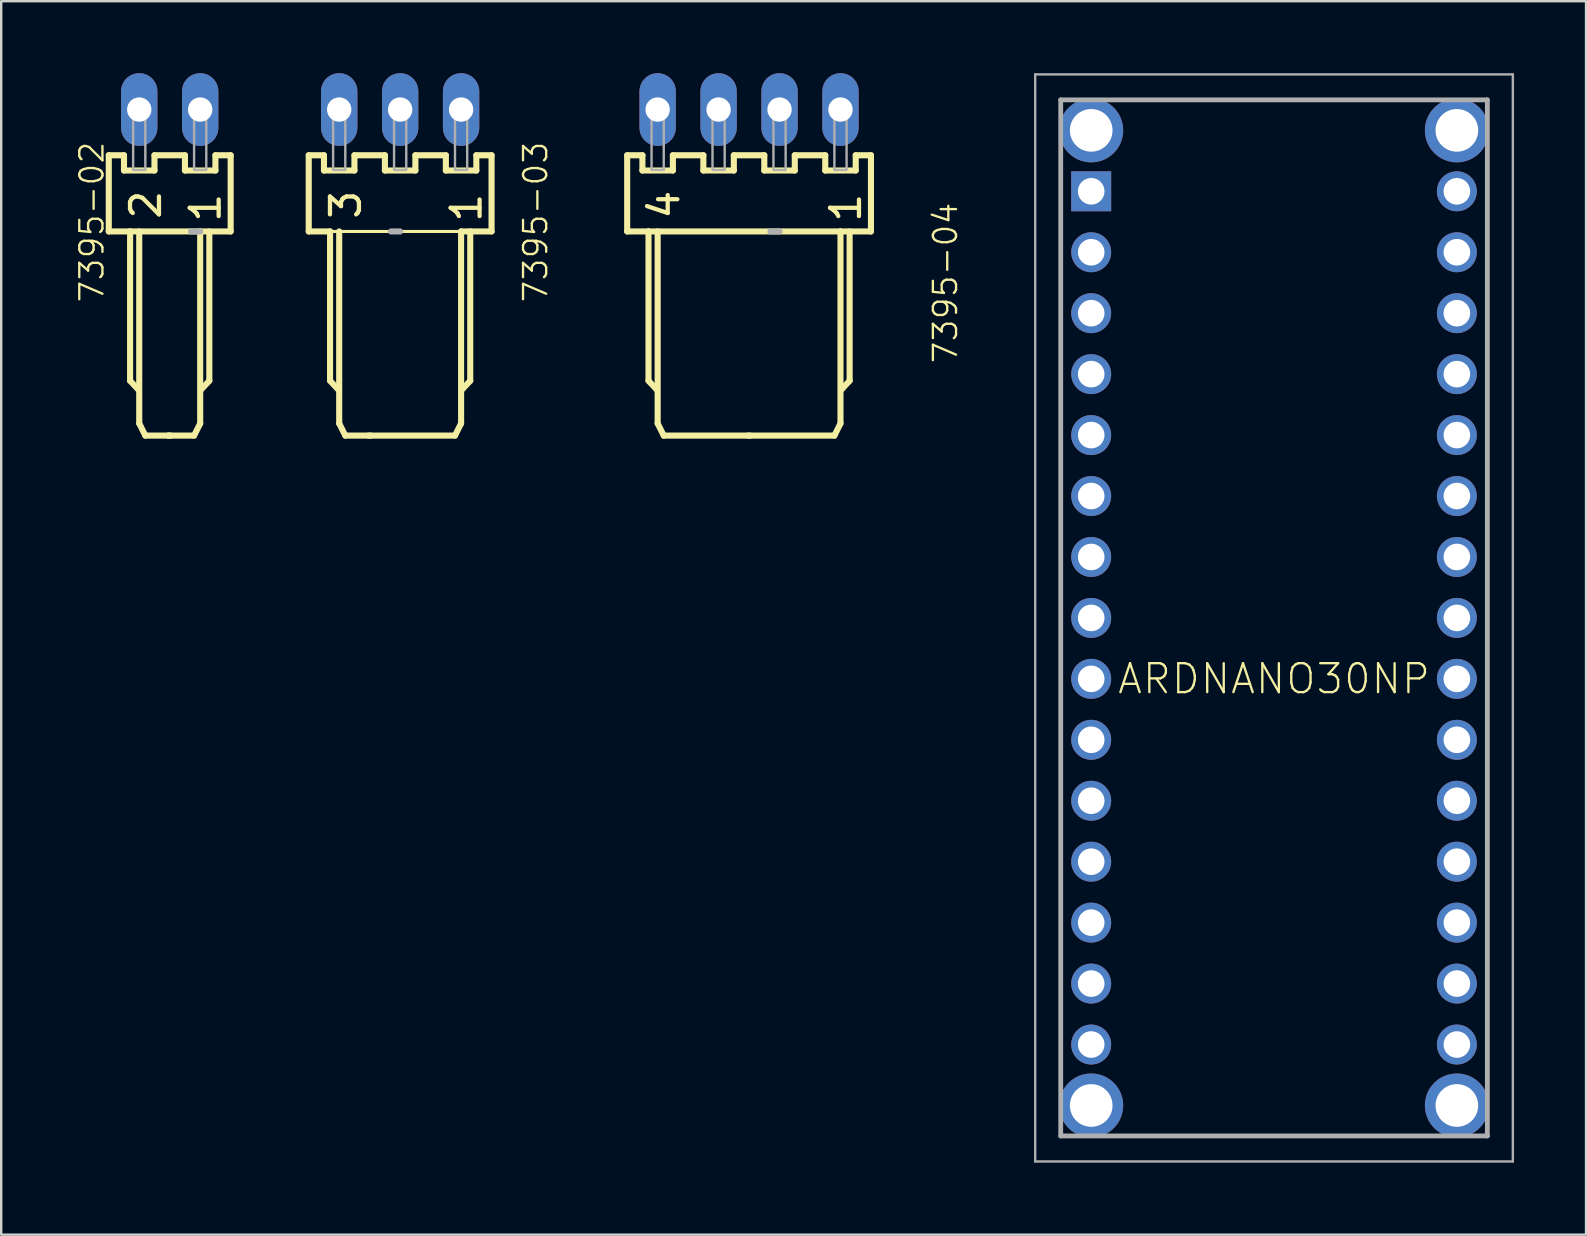
<source format=kicad_pcb>
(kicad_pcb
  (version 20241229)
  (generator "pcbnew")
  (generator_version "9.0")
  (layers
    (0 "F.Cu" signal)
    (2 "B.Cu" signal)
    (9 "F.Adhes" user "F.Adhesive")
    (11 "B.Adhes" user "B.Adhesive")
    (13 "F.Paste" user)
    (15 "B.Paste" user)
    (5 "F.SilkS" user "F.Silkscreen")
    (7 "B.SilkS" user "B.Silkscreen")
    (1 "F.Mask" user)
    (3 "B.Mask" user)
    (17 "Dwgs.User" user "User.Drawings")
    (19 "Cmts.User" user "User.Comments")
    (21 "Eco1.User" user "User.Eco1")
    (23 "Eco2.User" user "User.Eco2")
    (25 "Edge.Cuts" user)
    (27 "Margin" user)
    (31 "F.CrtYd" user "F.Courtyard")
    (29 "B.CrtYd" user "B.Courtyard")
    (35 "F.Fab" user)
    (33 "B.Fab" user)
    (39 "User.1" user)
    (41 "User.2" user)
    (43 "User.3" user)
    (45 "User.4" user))
  (footprint "7395-02"
    (layer "F.Cu")
    (at 4.023 1.516)
    (property "Reference" "7395-02" (at -3.81 1.27 270) (layer "F.SilkS") (effects (font (size 0.965 0.965) (thickness 0.097)) (justify right top)))
    (attr through_hole)
    (fp_line (start -2.54 1.905) (end -2.54 5.08) (stroke (width 0.254) (type solid)) (layer "F.SilkS"))
    (fp_line (start -2.54 5.08) (end -1.651 5.08) (stroke (width 0.254) (type solid)) (layer "F.SilkS"))
    (fp_line (start -1.905 1.905) (end -2.54 1.905) (stroke (width 0.254) (type solid)) (layer "F.SilkS"))
    (fp_line (start -1.905 2.54) (end -1.905 1.905) (stroke (width 0.254) (type solid)) (layer "F.SilkS"))
    (fp_line (start -1.651 5.08) (end -1.651 11.303) (stroke (width 0.254) (type solid)) (layer "F.SilkS"))
    (fp_line (start -1.651 5.08) (end 1.27 5.08) (stroke (width 0.254) (type solid)) (layer "F.SilkS"))
    (fp_line (start -1.651 11.303) (end -1.321 11.659) (stroke (width 0.254) (type solid)) (layer "F.SilkS"))
    (fp_line (start -1.27 5.08) (end -1.27 13.081) (stroke (width 0.254) (type solid)) (layer "F.SilkS"))
    (fp_line (start -1.27 13.081) (end -1.016 13.589) (stroke (width 0.254) (type solid)) (layer "F.SilkS"))
    (fp_line (start -1.016 13.589) (end -0.051 13.589) (stroke (width 0.254) (type solid)) (layer "F.SilkS"))
    (fp_line (start -0.635 1.905) (end -0.635 2.54) (stroke (width 0.254) (type solid)) (layer "F.SilkS"))
    (fp_line (start -0.635 2.54) (end -1.905 2.54) (stroke (width 0.254) (type solid)) (layer "F.SilkS"))
    (fp_line (start -0.051 13.589) (end 0.051 13.589) (stroke (width 0.254) (type solid)) (layer "F.SilkS"))
    (fp_line (start 0.635 1.905) (end -0.635 1.905) (stroke (width 0.254) (type solid)) (layer "F.SilkS"))
    (fp_line (start 0.635 2.54) (end 0.635 1.905) (stroke (width 0.254) (type solid)) (layer "F.SilkS"))
    (fp_line (start 1.016 13.589) (end -0.051 13.589) (stroke (width 0.254) (type solid)) (layer "F.SilkS"))
    (fp_line (start 1.27 5.08) (end 1.27 13.081) (stroke (width 0.254) (type solid)) (layer "F.SilkS"))
    (fp_line (start 1.27 5.08) (end 2.54 5.08) (stroke (width 0.254) (type solid)) (layer "F.SilkS"))
    (fp_line (start 1.27 13.081) (end 1.016 13.589) (stroke (width 0.254) (type solid)) (layer "F.SilkS"))
    (fp_line (start 1.651 5.08) (end 1.651 11.303) (stroke (width 0.254) (type solid)) (layer "F.SilkS"))
    (fp_line (start 1.651 11.303) (end 1.321 11.659) (stroke (width 0.254) (type solid)) (layer "F.SilkS"))
    (fp_line (start 1.905 1.905) (end 1.905 2.54) (stroke (width 0.254) (type solid)) (layer "F.SilkS"))
    (fp_line (start 1.905 2.54) (end 0.635 2.54) (stroke (width 0.254) (type solid)) (layer "F.SilkS"))
    (fp_line (start 2.54 1.905) (end 1.905 1.905) (stroke (width 0.254) (type solid)) (layer "F.SilkS"))
    (fp_line (start 2.54 5.08) (end 2.54 1.905) (stroke (width 0.254) (type solid)) (layer "F.SilkS"))
    (fp_line (start 1.27 5.08) (end 0.889 5.08) (stroke (width 0.254) (type solid)) (layer "F.Fab"))
    (fp_poly (pts (xy -1.524 0.254) (xy -1.016 0.254) (xy -1.016 -0.254) (xy -1.524 -0.254)) (stroke (width 0.1) (type solid)) (fill no) (layer "F.Fab"))
    (fp_poly (pts (xy -1.524 2.515) (xy -1.016 2.515) (xy -1.016 0.279) (xy -1.524 0.279)) (stroke (width 0.1) (type solid)) (fill no) (layer "F.Fab"))
    (fp_poly (pts (xy 1.016 0.254) (xy 1.524 0.254) (xy 1.524 -0.254) (xy 1.016 -0.254)) (stroke (width 0.1) (type solid)) (fill no) (layer "F.Fab"))
    (fp_poly (pts (xy 1.016 2.515) (xy 1.524 2.515) (xy 1.524 0.279) (xy 1.016 0.279)) (stroke (width 0.1) (type solid)) (fill no) (layer "F.Fab"))
    (fp_text user "1" (at 0.786 3.402 90) (layer "F.SilkS") (effects (font (size 1.206 1.206) (thickness 0.178)) (justify right top)))
    (fp_text user "2" (at -1.703 3.275 90) (layer "F.SilkS") (effects (font (size 1.206 1.206) (thickness 0.178)) (justify right top)))
    (pad "1" thru_hole oval (at 1.27 0 90) (size 3.032 1.516) (drill 1.016) (layers "*.Cu" "*.Mask"))
    (pad "2" thru_hole oval (at -1.27 0 90) (size 3.032 1.516) (drill 1.016) (layers "*.Cu" "*.Mask")))
  (footprint "7395-04"
    (layer "F.Cu")
    (at 28.169 1.516)
    (property "Reference" "7395-04" (at 7.62 3.81 90) (layer "F.SilkS") (effects (font (size 0.965 0.965) (thickness 0.097)) (justify right top)))
    (attr through_hole)
    (fp_line (start -5.08 1.905) (end -5.08 5.08) (stroke (width 0.254) (type solid)) (layer "F.SilkS"))
    (fp_line (start -5.08 5.08) (end -4.191 5.08) (stroke (width 0.254) (type solid)) (layer "F.SilkS"))
    (fp_line (start -4.445 1.905) (end -5.08 1.905) (stroke (width 0.254) (type solid)) (layer "F.SilkS"))
    (fp_line (start -4.445 2.54) (end -4.445 1.905) (stroke (width 0.254) (type solid)) (layer "F.SilkS"))
    (fp_line (start -4.191 5.08) (end -4.191 11.303) (stroke (width 0.254) (type solid)) (layer "F.SilkS"))
    (fp_line (start -4.191 5.08) (end 3.81 5.08) (stroke (width 0.254) (type solid)) (layer "F.SilkS"))
    (fp_line (start -4.191 11.303) (end -3.861 11.659) (stroke (width 0.254) (type solid)) (layer "F.SilkS"))
    (fp_line (start -3.81 5.08) (end -3.81 13.081) (stroke (width 0.254) (type solid)) (layer "F.SilkS"))
    (fp_line (start -3.81 13.081) (end -3.556 13.589) (stroke (width 0.254) (type solid)) (layer "F.SilkS"))
    (fp_line (start -3.556 13.589) (end 0.051 13.589) (stroke (width 0.254) (type solid)) (layer "F.SilkS"))
    (fp_line (start -3.175 1.905) (end -3.175 2.54) (stroke (width 0.254) (type solid)) (layer "F.SilkS"))
    (fp_line (start -3.175 2.54) (end -4.445 2.54) (stroke (width 0.254) (type solid)) (layer "F.SilkS"))
    (fp_line (start -1.905 1.905) (end -3.175 1.905) (stroke (width 0.254) (type solid)) (layer "F.SilkS"))
    (fp_line (start -1.905 2.54) (end -1.905 1.905) (stroke (width 0.254) (type solid)) (layer "F.SilkS"))
    (fp_line (start -0.635 1.905) (end -0.635 2.54) (stroke (width 0.254) (type solid)) (layer "F.SilkS"))
    (fp_line (start -0.635 2.54) (end -1.905 2.54) (stroke (width 0.254) (type solid)) (layer "F.SilkS"))
    (fp_line (start 0.635 1.905) (end -0.635 1.905) (stroke (width 0.254) (type solid)) (layer "F.SilkS"))
    (fp_line (start 0.635 2.54) (end 0.635 1.905) (stroke (width 0.254) (type solid)) (layer "F.SilkS"))
    (fp_line (start 1.905 1.905) (end 1.905 2.54) (stroke (width 0.254) (type solid)) (layer "F.SilkS"))
    (fp_line (start 1.905 2.54) (end 0.635 2.54) (stroke (width 0.254) (type solid)) (layer "F.SilkS"))
    (fp_line (start 3.175 1.905) (end 1.905 1.905) (stroke (width 0.254) (type solid)) (layer "F.SilkS"))
    (fp_line (start 3.175 2.54) (end 3.175 1.905) (stroke (width 0.254) (type solid)) (layer "F.SilkS"))
    (fp_line (start 3.556 13.589) (end -0.051 13.589) (stroke (width 0.254) (type solid)) (layer "F.SilkS"))
    (fp_line (start 3.81 5.08) (end 3.81 13.081) (stroke (width 0.254) (type solid)) (layer "F.SilkS"))
    (fp_line (start 3.81 5.08) (end 5.08 5.08) (stroke (width 0.254) (type solid)) (layer "F.SilkS"))
    (fp_line (start 3.81 13.081) (end 3.556 13.589) (stroke (width 0.254) (type solid)) (layer "F.SilkS"))
    (fp_line (start 4.191 5.08) (end 4.191 11.303) (stroke (width 0.254) (type solid)) (layer "F.SilkS"))
    (fp_line (start 4.191 11.303) (end 3.861 11.659) (stroke (width 0.254) (type solid)) (layer "F.SilkS"))
    (fp_line (start 4.445 1.905) (end 4.445 2.54) (stroke (width 0.254) (type solid)) (layer "F.SilkS"))
    (fp_line (start 4.445 2.54) (end 3.175 2.54) (stroke (width 0.254) (type solid)) (layer "F.SilkS"))
    (fp_line (start 5.08 1.905) (end 4.445 1.905) (stroke (width 0.254) (type solid)) (layer "F.SilkS"))
    (fp_line (start 5.08 5.08) (end 5.08 1.905) (stroke (width 0.254) (type solid)) (layer "F.SilkS"))
    (fp_line (start 1.27 5.08) (end 0.889 5.08) (stroke (width 0.254) (type solid)) (layer "F.Fab"))
    (fp_poly (pts (xy -4.064 0.254) (xy -3.556 0.254) (xy -3.556 -0.254) (xy -4.064 -0.254)) (stroke (width 0.1) (type solid)) (fill no) (layer "F.Fab"))
    (fp_poly (pts (xy -4.064 2.515) (xy -3.556 2.515) (xy -3.556 0.279) (xy -4.064 0.279)) (stroke (width 0.1) (type solid)) (fill no) (layer "F.Fab"))
    (fp_poly (pts (xy -1.524 0.254) (xy -1.016 0.254) (xy -1.016 -0.254) (xy -1.524 -0.254)) (stroke (width 0.1) (type solid)) (fill no) (layer "F.Fab"))
    (fp_poly (pts (xy -1.524 2.515) (xy -1.016 2.515) (xy -1.016 0.279) (xy -1.524 0.279)) (stroke (width 0.1) (type solid)) (fill no) (layer "F.Fab"))
    (fp_poly (pts (xy 1.016 0.254) (xy 1.524 0.254) (xy 1.524 -0.254) (xy 1.016 -0.254)) (stroke (width 0.1) (type solid)) (fill no) (layer "F.Fab"))
    (fp_poly (pts (xy 1.016 2.515) (xy 1.524 2.515) (xy 1.524 0.279) (xy 1.016 0.279)) (stroke (width 0.1) (type solid)) (fill no) (layer "F.Fab"))
    (fp_poly (pts (xy 3.556 0.254) (xy 4.064 0.254) (xy 4.064 -0.254) (xy 3.556 -0.254)) (stroke (width 0.1) (type solid)) (fill no) (layer "F.Fab"))
    (fp_poly (pts (xy 3.556 2.515) (xy 4.064 2.515) (xy 4.064 0.279) (xy 3.556 0.279)) (stroke (width 0.1) (type solid)) (fill no) (layer "F.Fab"))
    (fp_text user "1" (at 3.326 3.402 90) (layer "F.SilkS") (effects (font (size 1.206 1.206) (thickness 0.178)) (justify right top)))
    (fp_text user "4" (at -4.243 3.275 90) (layer "F.SilkS") (effects (font (size 1.206 1.206) (thickness 0.178)) (justify right top)))
    (pad "1" thru_hole oval (at 3.81 0 90) (size 3.032 1.516) (drill 1.016) (layers "*.Cu" "*.Mask"))
    (pad "2" thru_hole oval (at 1.27 0 90) (size 3.032 1.516) (drill 1.016) (layers "*.Cu" "*.Mask"))
    (pad "3" thru_hole oval (at -1.27 0 90) (size 3.032 1.516) (drill 1.016) (layers "*.Cu" "*.Mask"))
    (pad "4" thru_hole oval (at -3.81 0 90) (size 3.032 1.516) (drill 1.016) (layers "*.Cu" "*.Mask")))
  (footprint "ARDNANO30NP"
    (layer "F.Cu")
    (at 42.428 4.923)
    (property "Reference" "ARDNANO30NP" (at 7.62 20.32 0) (layer "F.SilkS") (effects (font (size 1.206 1.206) (thickness 0.097))))
    (attr through_hole)
    (fp_line (start -1.27 0) (end -1.27 35.56) (stroke (width 0.1) (type solid)) (layer "F.SilkS"))
    (fp_line (start 16.51 35.56) (end 16.51 0) (stroke (width 0.1) (type solid)) (layer "F.SilkS"))
    (fp_line (start -2.334 -4.873) (end 17.573 -4.873) (stroke (width 0.1) (type solid)) (layer "F.Fab"))
    (fp_line (start -2.334 40.434) (end -2.334 -4.873) (stroke (width 0.1) (type solid)) (layer "F.Fab"))
    (fp_line (start -1.27 -3.81) (end 16.51 -3.81) (stroke (width 0.2) (type solid)) (layer "F.Fab"))
    (fp_line (start -1.27 39.37) (end -1.27 -3.81) (stroke (width 0.2) (type solid)) (layer "F.Fab"))
    (fp_line (start 16.51 -3.81) (end 16.51 39.37) (stroke (width 0.2) (type solid)) (layer "F.Fab"))
    (fp_line (start 16.51 39.37) (end -1.27 39.37) (stroke (width 0.2) (type solid)) (layer "F.Fab"))
    (fp_line (start 17.573 -4.873) (end 17.573 40.434) (stroke (width 0.1) (type solid)) (layer "F.Fab"))
    (fp_line (start 17.573 40.434) (end -2.334 40.434) (stroke (width 0.1) (type solid)) (layer "F.Fab"))
    (pad "1" thru_hole rect (at 0 0) (size 1.665 1.665) (drill 1.11) (layers "*.Cu" "*.Mask"))
    (pad "2" thru_hole circle (at 0 2.54) (size 1.665 1.665) (drill 1.11) (layers "*.Cu" "*.Mask"))
    (pad "3" thru_hole circle (at 0 5.08) (size 1.665 1.665) (drill 1.11) (layers "*.Cu" "*.Mask"))
    (pad "4" thru_hole circle (at 0 7.62) (size 1.665 1.665) (drill 1.11) (layers "*.Cu" "*.Mask"))
    (pad "5" thru_hole circle (at 0 10.16) (size 1.665 1.665) (drill 1.11) (layers "*.Cu" "*.Mask"))
    (pad "6" thru_hole circle (at 0 12.7) (size 1.665 1.665) (drill 1.11) (layers "*.Cu" "*.Mask"))
    (pad "7" thru_hole circle (at 0 15.24) (size 1.665 1.665) (drill 1.11) (layers "*.Cu" "*.Mask"))
    (pad "8" thru_hole circle (at 0 17.78) (size 1.665 1.665) (drill 1.11) (layers "*.Cu" "*.Mask"))
    (pad "9" thru_hole circle (at 0 20.32) (size 1.665 1.665) (drill 1.11) (layers "*.Cu" "*.Mask"))
    (pad "10" thru_hole circle (at 0 22.86) (size 1.665 1.665) (drill 1.11) (layers "*.Cu" "*.Mask"))
    (pad "11" thru_hole circle (at 0 25.4) (size 1.665 1.665) (drill 1.11) (layers "*.Cu" "*.Mask"))
    (pad "12" thru_hole circle (at 0 27.94) (size 1.665 1.665) (drill 1.11) (layers "*.Cu" "*.Mask"))
    (pad "13" thru_hole circle (at 0 30.48) (size 1.665 1.665) (drill 1.11) (layers "*.Cu" "*.Mask"))
    (pad "14" thru_hole circle (at 0 33.02) (size 1.665 1.665) (drill 1.11) (layers "*.Cu" "*.Mask"))
    (pad "15" thru_hole circle (at 0 35.56) (size 1.665 1.665) (drill 1.11) (layers "*.Cu" "*.Mask"))
    (pad "16" thru_hole circle (at 15.24 0) (size 1.665 1.665) (drill 1.11) (layers "*.Cu" "*.Mask"))
    (pad "17" thru_hole circle (at 15.24 2.54) (size 1.665 1.665) (drill 1.11) (layers "*.Cu" "*.Mask"))
    (pad "18" thru_hole circle (at 15.24 5.08) (size 1.665 1.665) (drill 1.11) (layers "*.Cu" "*.Mask"))
    (pad "19" thru_hole circle (at 15.24 7.62) (size 1.665 1.665) (drill 1.11) (layers "*.Cu" "*.Mask"))
    (pad "20" thru_hole circle (at 15.24 10.16) (size 1.665 1.665) (drill 1.11) (layers "*.Cu" "*.Mask"))
    (pad "21" thru_hole circle (at 15.24 12.7) (size 1.665 1.665) (drill 1.11) (layers "*.Cu" "*.Mask"))
    (pad "22" thru_hole circle (at 15.24 15.24) (size 1.665 1.665) (drill 1.11) (layers "*.Cu" "*.Mask"))
    (pad "23" thru_hole circle (at 15.24 17.78) (size 1.665 1.665) (drill 1.11) (layers "*.Cu" "*.Mask"))
    (pad "24" thru_hole circle (at 15.24 20.32) (size 1.665 1.665) (drill 1.11) (layers "*.Cu" "*.Mask"))
    (pad "25" thru_hole circle (at 15.24 22.86) (size 1.665 1.665) (drill 1.11) (layers "*.Cu" "*.Mask"))
    (pad "26" thru_hole circle (at 15.24 25.4) (size 1.665 1.665) (drill 1.11) (layers "*.Cu" "*.Mask"))
    (pad "27" thru_hole circle (at 15.24 27.94) (size 1.665 1.665) (drill 1.11) (layers "*.Cu" "*.Mask"))
    (pad "28" thru_hole circle (at 15.24 30.48) (size 1.665 1.665) (drill 1.11) (layers "*.Cu" "*.Mask"))
    (pad "29" thru_hole circle (at 15.24 33.02) (size 1.665 1.665) (drill 1.11) (layers "*.Cu" "*.Mask"))
    (pad "30" thru_hole circle (at 15.24 35.56) (size 1.665 1.665) (drill 1.11) (layers "*.Cu" "*.Mask"))
    (pad "MH1" thru_hole circle (at 0 -2.54) (size 2.667 2.667) (drill 1.778) (layers "*.Cu" "*.Mask"))
    (pad "MH2" thru_hole circle (at 0 38.1) (size 2.667 2.667) (drill 1.778) (layers "*.Cu" "*.Mask"))
    (pad "MH3" thru_hole circle (at 15.24 38.1) (size 2.667 2.667) (drill 1.778) (layers "*.Cu" "*.Mask"))
    (pad "MH4" thru_hole circle (at 15.24 -2.54) (size 2.667 2.667) (drill 1.778) (layers "*.Cu" "*.Mask")))
  (footprint "7395-03"
    (layer "F.Cu")
    (at 13.627 1.516)
    (property "Reference" "7395-03" (at 5.08 1.27 90) (layer "F.SilkS") (effects (font (size 0.965 0.965) (thickness 0.097)) (justify right top)))
    (attr through_hole)
    (fp_line (start -3.81 1.905) (end -3.81 5.08) (stroke (width 0.254) (type solid)) (layer "F.SilkS"))
    (fp_line (start -3.81 5.08) (end -2.921 5.08) (stroke (width 0.254) (type solid)) (layer "F.SilkS"))
    (fp_line (start -3.175 1.905) (end -3.81 1.905) (stroke (width 0.254) (type solid)) (layer "F.SilkS"))
    (fp_line (start -3.175 2.54) (end -3.175 1.905) (stroke (width 0.254) (type solid)) (layer "F.SilkS"))
    (fp_line (start -2.921 5.08) (end -2.921 11.303) (stroke (width 0.254) (type solid)) (layer "F.SilkS"))
    (fp_line (start -2.921 5.08) (end 2.54 5.08) (stroke (width 0.127) (type solid)) (layer "F.SilkS"))
    (fp_line (start -2.921 11.303) (end -2.591 11.659) (stroke (width 0.254) (type solid)) (layer "F.SilkS"))
    (fp_line (start -2.54 5.08) (end -2.54 13.081) (stroke (width 0.254) (type solid)) (layer "F.SilkS"))
    (fp_line (start -2.54 13.081) (end -2.286 13.589) (stroke (width 0.254) (type solid)) (layer "F.SilkS"))
    (fp_line (start -2.286 13.589) (end -1.219 13.589) (stroke (width 0.254) (type solid)) (layer "F.SilkS"))
    (fp_line (start -1.905 1.905) (end -1.905 2.54) (stroke (width 0.254) (type solid)) (layer "F.SilkS"))
    (fp_line (start -1.905 2.54) (end -3.175 2.54) (stroke (width 0.254) (type solid)) (layer "F.SilkS"))
    (fp_line (start -0.635 1.905) (end -1.905 1.905) (stroke (width 0.254) (type solid)) (layer "F.SilkS"))
    (fp_line (start -0.635 2.54) (end -0.635 1.905) (stroke (width 0.254) (type solid)) (layer "F.SilkS"))
    (fp_line (start 0.635 1.905) (end 0.635 2.54) (stroke (width 0.254) (type solid)) (layer "F.SilkS"))
    (fp_line (start 0.635 2.54) (end -0.635 2.54) (stroke (width 0.254) (type solid)) (layer "F.SilkS"))
    (fp_line (start 1.905 1.905) (end 0.635 1.905) (stroke (width 0.254) (type solid)) (layer "F.SilkS"))
    (fp_line (start 1.905 2.54) (end 1.905 1.905) (stroke (width 0.254) (type solid)) (layer "F.SilkS"))
    (fp_line (start 2.286 13.589) (end -1.321 13.589) (stroke (width 0.254) (type solid)) (layer "F.SilkS"))
    (fp_line (start 2.54 5.08) (end 2.54 13.081) (stroke (width 0.254) (type solid)) (layer "F.SilkS"))
    (fp_line (start 2.54 5.08) (end 3.81 5.08) (stroke (width 0.254) (type solid)) (layer "F.SilkS"))
    (fp_line (start 2.54 13.081) (end 2.286 13.589) (stroke (width 0.254) (type solid)) (layer "F.SilkS"))
    (fp_line (start 2.921 5.08) (end 2.921 11.303) (stroke (width 0.254) (type solid)) (layer "F.SilkS"))
    (fp_line (start 2.921 11.303) (end 2.591 11.659) (stroke (width 0.254) (type solid)) (layer "F.SilkS"))
    (fp_line (start 3.175 1.905) (end 3.175 2.54) (stroke (width 0.254) (type solid)) (layer "F.SilkS"))
    (fp_line (start 3.175 2.54) (end 1.905 2.54) (stroke (width 0.254) (type solid)) (layer "F.SilkS"))
    (fp_line (start 3.81 1.905) (end 3.175 1.905) (stroke (width 0.254) (type solid)) (layer "F.SilkS"))
    (fp_line (start 3.81 5.08) (end 3.81 1.905) (stroke (width 0.254) (type solid)) (layer "F.SilkS"))
    (fp_line (start 0 5.08) (end -0.381 5.08) (stroke (width 0.254) (type solid)) (layer "F.Fab"))
    (fp_poly (pts (xy -2.794 0.254) (xy -2.286 0.254) (xy -2.286 -0.254) (xy -2.794 -0.254)) (stroke (width 0.1) (type solid)) (fill no) (layer "F.Fab"))
    (fp_poly (pts (xy -2.794 2.515) (xy -2.286 2.515) (xy -2.286 0.279) (xy -2.794 0.279)) (stroke (width 0.1) (type solid)) (fill no) (layer "F.Fab"))
    (fp_poly (pts (xy -0.254 0.254) (xy 0.254 0.254) (xy 0.254 -0.254) (xy -0.254 -0.254)) (stroke (width 0.1) (type solid)) (fill no) (layer "F.Fab"))
    (fp_poly (pts (xy -0.254 2.515) (xy 0.254 2.515) (xy 0.254 0.279) (xy -0.254 0.279)) (stroke (width 0.1) (type solid)) (fill no) (layer "F.Fab"))
    (fp_poly (pts (xy 2.286 0.254) (xy 2.794 0.254) (xy 2.794 -0.254) (xy 2.286 -0.254)) (stroke (width 0.1) (type solid)) (fill no) (layer "F.Fab"))
    (fp_poly (pts (xy 2.286 2.515) (xy 2.794 2.515) (xy 2.794 0.279) (xy 2.286 0.279)) (stroke (width 0.1) (type solid)) (fill no) (layer "F.Fab"))
    (fp_text user "1" (at 2.056 3.402 90) (layer "F.SilkS") (effects (font (size 1.206 1.206) (thickness 0.178)) (justify right top)))
    (fp_text user "3" (at -2.973 3.275 90) (layer "F.SilkS") (effects (font (size 1.206 1.206) (thickness 0.178)) (justify right top)))
    (pad "1" thru_hole oval (at 2.54 0 90) (size 3.032 1.516) (drill 1.016) (layers "*.Cu" "*.Mask"))
    (pad "2" thru_hole oval (at 0 0 90) (size 3.032 1.516) (drill 1.016) (layers "*.Cu" "*.Mask"))
    (pad "3" thru_hole oval (at -2.54 0 90) (size 3.032 1.516) (drill 1.016) (layers "*.Cu" "*.Mask")))
  (gr_rect
    (start -3 -3)
    (end 63.051 48.407)
    (stroke (width 0.1) (type default))
    (fill no)
    (layer "Edge.Cuts")))
</source>
